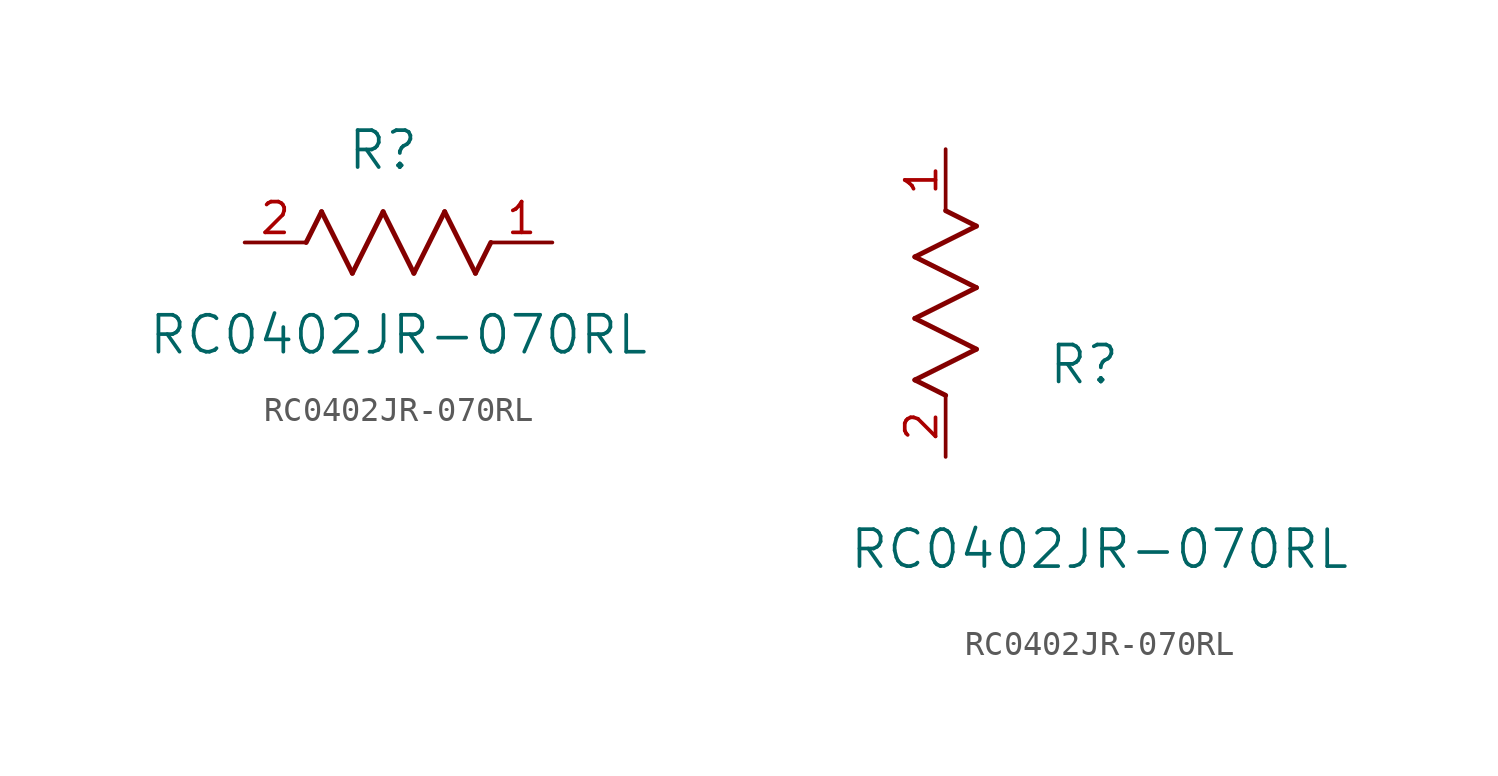
<source format=kicad_sym>
(kicad_symbol_lib
  (version 20211014)
  (generator kicad_symbol_editor)
  (symbol "RC0402JR-070RL"
    (pin_names
      (offset 0.254))
    (property "Reference" "R"
      (at 5.715 3.81 0)
      (effects (font (size 1.524 1.524))))
    (property "Value" "RC0402JR-070RL"
      (at 6.35 -3.81 0)
      (effects (font (size 1.524 1.524))))
    (symbol "RC0402JR-070RL_1_1"
      (polyline (pts (xy 3.175 1.27) (xy 4.445 -1.27)) (stroke (width 0.203) (type default) (color 0 0 0 0)) (fill (type none)))
      (polyline (pts (xy 4.445 -1.27) (xy 5.715 1.27)) (stroke (width 0.203) (type default) (color 0 0 0 0)) (fill (type none)))
      (polyline (pts (xy 5.715 1.27) (xy 6.985 -1.27)) (stroke (width 0.203) (type default) (color 0 0 0 0)) (fill (type none)))
      (polyline (pts (xy 6.985 -1.27) (xy 8.255 1.27)) (stroke (width 0.203) (type default) (color 0 0 0 0)) (fill (type none)))
      (polyline (pts (xy 8.255 1.27) (xy 9.525 -1.27)) (stroke (width 0.203) (type default) (color 0 0 0 0)) (fill (type none)))
      (polyline (pts (xy 2.54 0) (xy 3.175 1.27)) (stroke (width 0.203) (type default) (color 0 0 0 0)) (fill (type none)))
      (polyline (pts (xy 9.525 -1.27) (xy 10.16 0)) (stroke (width 0.203) (type default) (color 0 0 0 0)) (fill (type none)))
      (pin unspecified line (at 12.7 0 180) (length 2.54) (name "" (effects (font (size 1.27 1.27)))) (number "1" (effects (font (size 1.27 1.27)))))
      (pin unspecified line (at 0 0 0) (length 2.54) (name "" (effects (font (size 1.27 1.27)))) (number "2" (effects (font (size 1.27 1.27))))))
    (symbol "RC0402JR-070RL_1_2"
      (polyline (pts (xy 0 2.54) (xy -1.27 3.175)) (stroke (width 0.203) (type default) (color 0 0 0 0)) (fill (type none)))
      (polyline (pts (xy -1.27 3.175) (xy 1.27 4.445)) (stroke (width 0.203) (type default) (color 0 0 0 0)) (fill (type none)))
      (polyline (pts (xy 1.27 4.445) (xy -1.27 5.715)) (stroke (width 0.203) (type default) (color 0 0 0 0)) (fill (type none)))
      (polyline (pts (xy -1.27 5.715) (xy 1.27 6.985)) (stroke (width 0.203) (type default) (color 0 0 0 0)) (fill (type none)))
      (polyline (pts (xy -1.27 8.255) (xy 1.27 9.525)) (stroke (width 0.203) (type default) (color 0 0 0 0)) (fill (type none)))
      (polyline (pts (xy 1.27 9.525) (xy 0 10.16)) (stroke (width 0.203) (type default) (color 0 0 0 0)) (fill (type none)))
      (polyline (pts (xy 1.27 6.985) (xy -1.27 8.255)) (stroke (width 0.203) (type default) (color 0 0 0 0)) (fill (type none)))
      (pin unspecified line (at 0 12.7 270) (length 2.54) (name "" (effects (font (size 1.27 1.27)))) (number "1" (effects (font (size 1.27 1.27)))))
      (pin unspecified line (at 0 0 90) (length 2.54) (name "" (effects (font (size 1.27 1.27)))) (number "2" (effects (font (size 1.27 1.27))))))))
</source>
